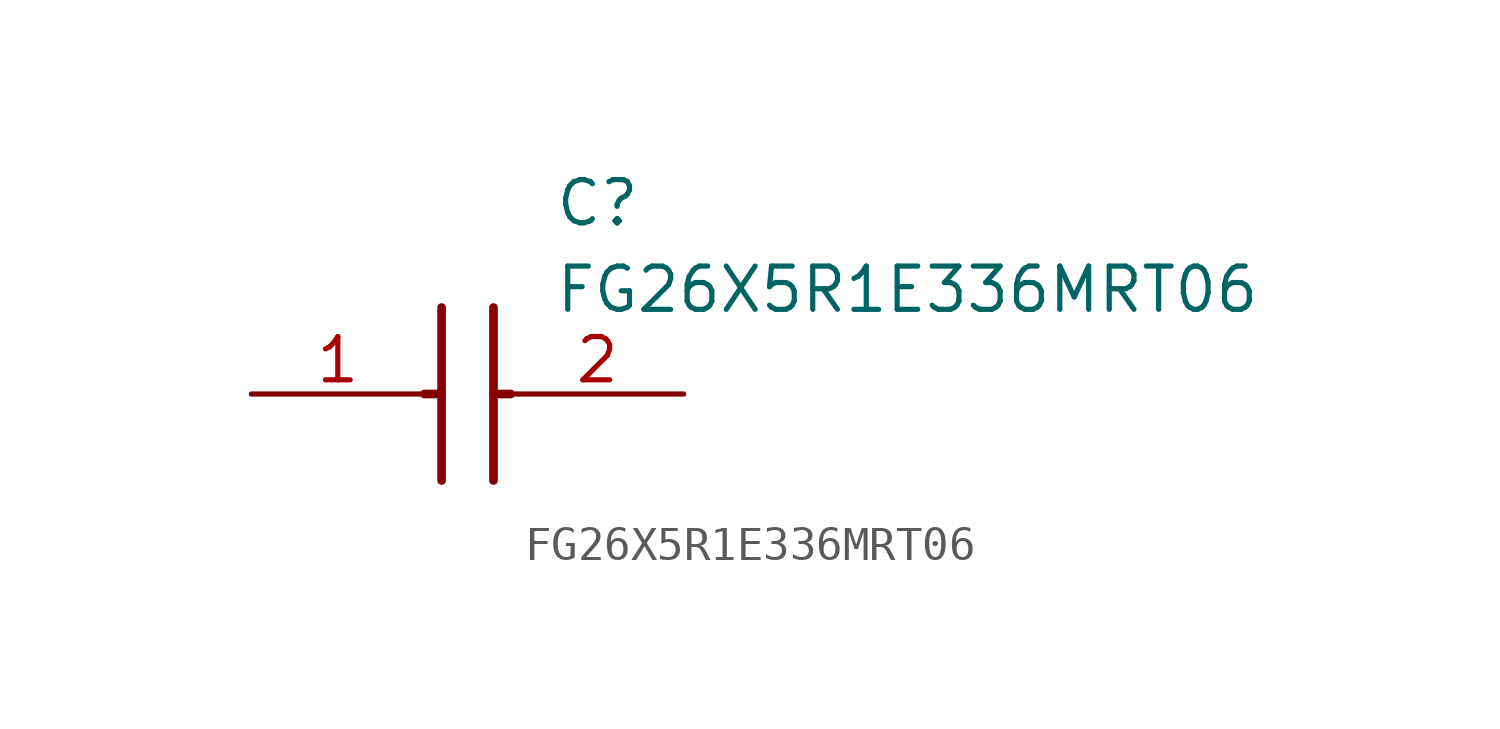
<source format=kicad_sym>
(kicad_symbol_lib
  (version 20211014)
  (generator SamacSys_ECAD_Model)
  (symbol "FG26X5R1E336MRT06"
    (pin_names hide)
    (property "Reference" "C"
      (at 8.89 6.35 0)
      (effects (font (size 1.27 1.27)) (justify left top)))
    (property "Value" "FG26X5R1E336MRT06"
      (at 8.89 3.81 0)
      (effects (font (size 1.27 1.27)) (justify left top)))
    (polyline
      (pts (xy 5.588 2.54) (xy 5.588 -2.54))
      (stroke (width 0.254) (type default))
      (fill (type none)))
    (polyline
      (pts (xy 7.112 2.54) (xy 7.112 -2.54))
      (stroke (width 0.254) (type default))
      (fill (type none)))
    (polyline
      (pts (xy 5.08 0) (xy 5.588 0))
      (stroke (width 0.254) (type default))
      (fill (type none)))
    (polyline
      (pts (xy 7.112 0) (xy 7.62 0))
      (stroke (width 0.254) (type default))
      (fill (type none)))
    (pin passive line
      (at 0 0 0)
      (length 5.08)
      (name "1" (effects (font (size 1.27 1.27))))
      (number "1" (effects (font (size 1.27 1.27)))))
    (pin passive line
      (at 12.7 0 180)
      (length 5.08)
      (name "2" (effects (font (size 1.27 1.27))))
      (number "2" (effects (font (size 1.27 1.27)))))))
</source>
